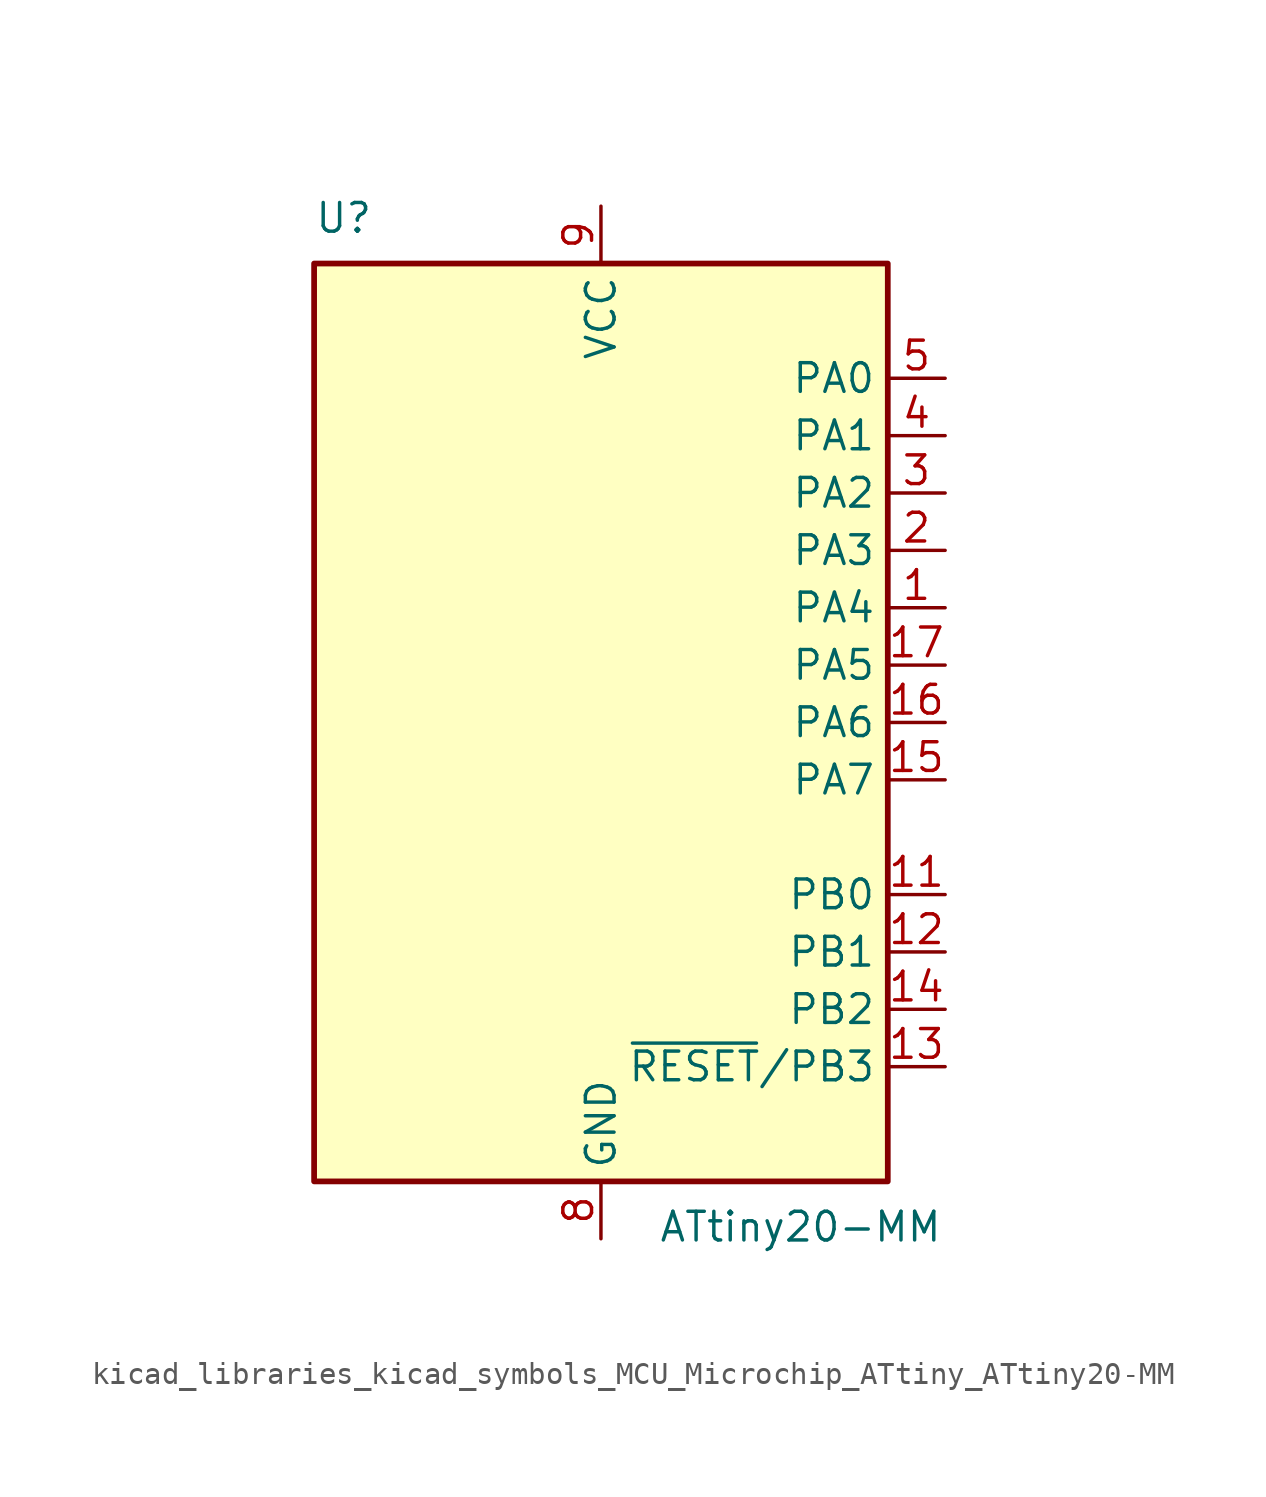
<source format=kicad_sym>
(kicad_symbol_lib
  (version 20220914)
  (generator kicad_symbol_editor)
  (symbol "kicad_libraries_kicad_symbols_MCU_Microchip_ATtiny_ATtiny20-MM"
    (property "Reference" "U"
      (at -12.7 21.59 0)
      (effects (font (size 1.27 1.27)) (justify left bottom)))
    (property "Value" "ATtiny20-MM"
      (at 2.54 -21.59 0)
      (effects (font (size 1.27 1.27)) (justify left top)))
    (symbol "kicad_libraries_kicad_symbols_MCU_Microchip_ATtiny_ATtiny20-MM_0_1"
      (rectangle (start -12.7 -20.32) (end 12.7 20.32) (stroke (width 0.254) (type default)) (fill (type background))))
    (symbol "kicad_libraries_kicad_symbols_MCU_Microchip_ATtiny_ATtiny20-MM_1_1"
      (pin bidirectional line (at 15.24 5.08 180) (length 2.54) (name "PA4" (effects (font (size 1.27 1.27)))) (number "1" (effects (font (size 1.27 1.27)))))
      (pin no_connect line (at -12.7 -10.16 0) (length 2.54) hide (name "NC" (effects (font (size 1.27 1.27)))) (number "10" (effects (font (size 1.27 1.27)))))
      (pin bidirectional line (at 15.24 -7.62 180) (length 2.54) (name "PB0" (effects (font (size 1.27 1.27)))) (number "11" (effects (font (size 1.27 1.27)))))
      (pin bidirectional line (at 15.24 -10.16 180) (length 2.54) (name "PB1" (effects (font (size 1.27 1.27)))) (number "12" (effects (font (size 1.27 1.27)))))
      (pin bidirectional line (at 15.24 -15.24 180) (length 2.54) (name "~{RESET}/PB3" (effects (font (size 1.27 1.27)))) (number "13" (effects (font (size 1.27 1.27)))))
      (pin bidirectional line (at 15.24 -12.7 180) (length 2.54) (name "PB2" (effects (font (size 1.27 1.27)))) (number "14" (effects (font (size 1.27 1.27)))))
      (pin bidirectional line (at 15.24 -2.54 180) (length 2.54) (name "PA7" (effects (font (size 1.27 1.27)))) (number "15" (effects (font (size 1.27 1.27)))))
      (pin bidirectional line (at 15.24 0 180) (length 2.54) (name "PA6" (effects (font (size 1.27 1.27)))) (number "16" (effects (font (size 1.27 1.27)))))
      (pin bidirectional line (at 15.24 2.54 180) (length 2.54) (name "PA5" (effects (font (size 1.27 1.27)))) (number "17" (effects (font (size 1.27 1.27)))))
      (pin no_connect line (at -12.7 -12.7 0) (length 2.54) hide (name "NC" (effects (font (size 1.27 1.27)))) (number "18" (effects (font (size 1.27 1.27)))))
      (pin no_connect line (at -12.7 -15.24 0) (length 2.54) hide (name "NC" (effects (font (size 1.27 1.27)))) (number "19" (effects (font (size 1.27 1.27)))))
      (pin bidirectional line (at 15.24 7.62 180) (length 2.54) (name "PA3" (effects (font (size 1.27 1.27)))) (number "2" (effects (font (size 1.27 1.27)))))
      (pin no_connect line (at -12.7 -17.78 0) (length 2.54) hide (name "NC" (effects (font (size 1.27 1.27)))) (number "20" (effects (font (size 1.27 1.27)))))
      (pin passive line (at 0 -22.86 90) (length 2.54) hide (name "GND" (effects (font (size 1.27 1.27)))) (number "21" (effects (font (size 1.27 1.27)))))
      (pin bidirectional line (at 15.24 10.16 180) (length 2.54) (name "PA2" (effects (font (size 1.27 1.27)))) (number "3" (effects (font (size 1.27 1.27)))))
      (pin bidirectional line (at 15.24 12.7 180) (length 2.54) (name "PA1" (effects (font (size 1.27 1.27)))) (number "4" (effects (font (size 1.27 1.27)))))
      (pin bidirectional line (at 15.24 15.24 180) (length 2.54) (name "PA0" (effects (font (size 1.27 1.27)))) (number "5" (effects (font (size 1.27 1.27)))))
      (pin no_connect line (at -12.7 -5.08 0) (length 2.54) hide (name "NC" (effects (font (size 1.27 1.27)))) (number "6" (effects (font (size 1.27 1.27)))))
      (pin no_connect line (at -12.7 -7.62 0) (length 2.54) hide (name "NC" (effects (font (size 1.27 1.27)))) (number "7" (effects (font (size 1.27 1.27)))))
      (pin power_in line (at 0 -22.86 90) (length 2.54) (name "GND" (effects (font (size 1.27 1.27)))) (number "8" (effects (font (size 1.27 1.27)))))
      (pin power_in line (at 0 22.86 270) (length 2.54) (name "VCC" (effects (font (size 1.27 1.27)))) (number "9" (effects (font (size 1.27 1.27))))))))
</source>
